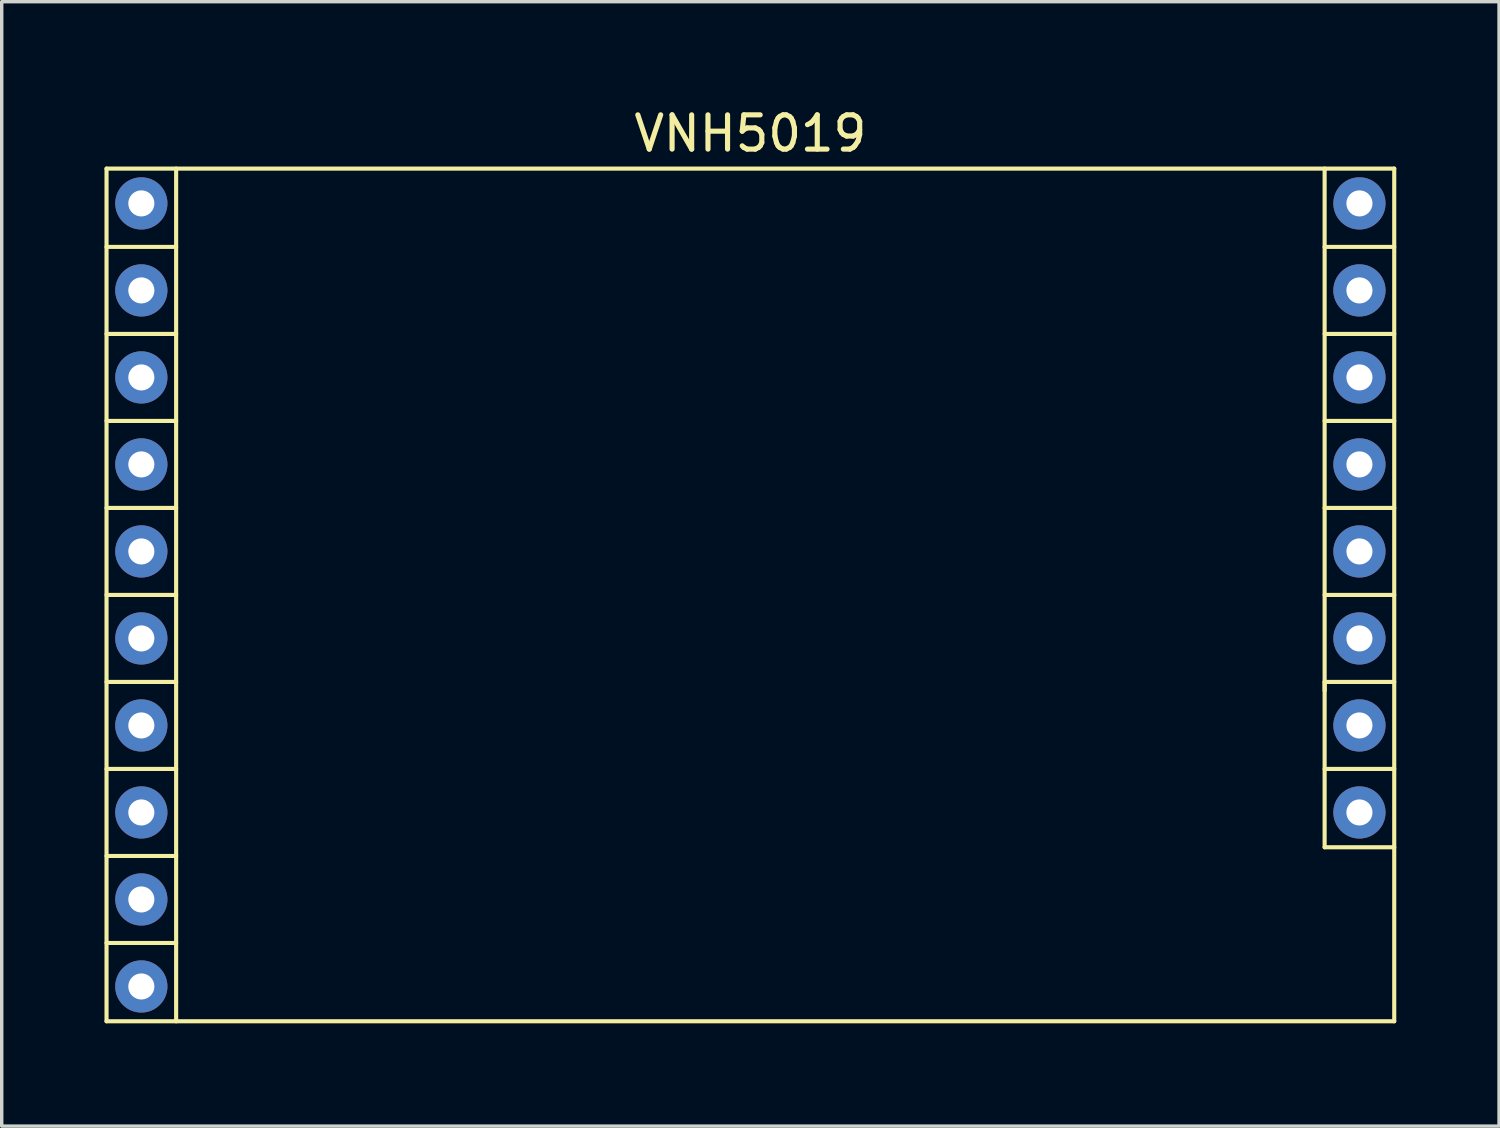
<source format=kicad_pcb>
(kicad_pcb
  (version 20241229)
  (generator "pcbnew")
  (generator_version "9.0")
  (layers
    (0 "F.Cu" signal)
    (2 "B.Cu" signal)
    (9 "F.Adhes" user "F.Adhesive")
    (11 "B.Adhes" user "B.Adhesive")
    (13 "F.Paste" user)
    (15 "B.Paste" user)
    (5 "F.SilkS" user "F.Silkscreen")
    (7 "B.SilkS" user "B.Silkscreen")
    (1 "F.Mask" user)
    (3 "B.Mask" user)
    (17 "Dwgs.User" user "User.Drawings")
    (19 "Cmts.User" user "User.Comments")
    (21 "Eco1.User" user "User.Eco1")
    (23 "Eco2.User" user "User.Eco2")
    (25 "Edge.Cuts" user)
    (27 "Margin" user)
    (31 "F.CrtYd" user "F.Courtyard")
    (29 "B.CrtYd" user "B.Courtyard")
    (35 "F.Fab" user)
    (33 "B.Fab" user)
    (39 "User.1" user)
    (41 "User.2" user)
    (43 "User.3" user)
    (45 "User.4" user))
  (footprint "VNH5019"
    (layer "F.Cu")
    (at 18.856 0.348)
    (property "Reference" "VNH5019" (at 0 0.5 0) (layer "F.SilkS") (effects (font (size 1 1) (thickness 0.15))))
    (attr through_hole)
    (fp_line (start -18.796 1.524) (end -18.796 26.416) (stroke (width 0.12) (type solid)) (layer "F.SilkS"))
    (fp_line (start -18.796 6.35) (end -16.764 6.35) (stroke (width 0.12) (type solid)) (layer "F.SilkS"))
    (fp_line (start -18.796 11.43) (end -16.764 11.43) (stroke (width 0.12) (type solid)) (layer "F.SilkS"))
    (fp_line (start -18.796 16.51) (end -16.764 16.51) (stroke (width 0.12) (type solid)) (layer "F.SilkS"))
    (fp_line (start -18.796 21.59) (end -16.764 21.59) (stroke (width 0.12) (type solid)) (layer "F.SilkS"))
    (fp_line (start -18.796 26.416) (end 18.796 26.416) (stroke (width 0.12) (type solid)) (layer "F.SilkS"))
    (fp_line (start -16.764 3.81) (end -18.796 3.81) (stroke (width 0.12) (type solid)) (layer "F.SilkS"))
    (fp_line (start -16.764 8.89) (end -18.796 8.89) (stroke (width 0.12) (type solid)) (layer "F.SilkS"))
    (fp_line (start -16.764 13.97) (end -18.796 13.97) (stroke (width 0.12) (type solid)) (layer "F.SilkS"))
    (fp_line (start -16.764 19.05) (end -18.796 19.05) (stroke (width 0.12) (type solid)) (layer "F.SilkS"))
    (fp_line (start -16.764 24.13) (end -18.796 24.13) (stroke (width 0.12) (type solid)) (layer "F.SilkS"))
    (fp_line (start -16.764 26.416) (end -16.764 1.524) (stroke (width 0.12) (type solid)) (layer "F.SilkS"))
    (fp_line (start 16.764 1.524) (end 16.764 21.336) (stroke (width 0.12) (type solid)) (layer "F.SilkS"))
    (fp_line (start 16.764 3.81) (end 18.796 3.81) (stroke (width 0.12) (type solid)) (layer "F.SilkS"))
    (fp_line (start 16.764 8.89) (end 18.796 8.89) (stroke (width 0.12) (type solid)) (layer "F.SilkS"))
    (fp_line (start 16.764 16.51) (end 18.796 16.51) (stroke (width 0.12) (type solid)) (layer "F.SilkS"))
    (fp_line (start 16.764 16.764) (end 16.764 16.51) (stroke (width 0.12) (type solid)) (layer "F.SilkS"))
    (fp_line (start 16.764 21.336) (end 18.796 21.336) (stroke (width 0.12) (type solid)) (layer "F.SilkS"))
    (fp_line (start 18.796 1.524) (end -18.796 1.524) (stroke (width 0.12) (type solid)) (layer "F.SilkS"))
    (fp_line (start 18.796 6.35) (end 16.764 6.35) (stroke (width 0.12) (type solid)) (layer "F.SilkS"))
    (fp_line (start 18.796 11.43) (end 16.764 11.43) (stroke (width 0.12) (type solid)) (layer "F.SilkS"))
    (fp_line (start 18.796 13.97) (end 16.764 13.97) (stroke (width 0.12) (type solid)) (layer "F.SilkS"))
    (fp_line (start 18.796 19.05) (end 16.764 19.05) (stroke (width 0.12) (type solid)) (layer "F.SilkS"))
    (fp_line (start 18.796 26.416) (end 18.796 1.524) (stroke (width 0.12) (type solid)) (layer "F.SilkS"))
    (pad "1" thru_hole circle (at -17.78 2.54) (size 1.524 1.524) (drill 0.762) (layers "*.Cu" "*.Mask"))
    (pad "2" thru_hole circle (at -17.78 5.08) (size 1.524 1.524) (drill 0.762) (layers "*.Cu" "*.Mask"))
    (pad "3" thru_hole circle (at -17.78 7.62) (size 1.524 1.524) (drill 0.762) (layers "*.Cu" "*.Mask"))
    (pad "4" thru_hole circle (at -17.78 10.16) (size 1.524 1.524) (drill 0.762) (layers "*.Cu" "*.Mask"))
    (pad "5" thru_hole circle (at -17.78 12.7) (size 1.524 1.524) (drill 0.762) (layers "*.Cu" "*.Mask"))
    (pad "6" thru_hole circle (at -17.78 15.24) (size 1.524 1.524) (drill 0.762) (layers "*.Cu" "*.Mask"))
    (pad "7" thru_hole circle (at -17.78 17.78) (size 1.524 1.524) (drill 0.762) (layers "*.Cu" "*.Mask"))
    (pad "8" thru_hole circle (at -17.78 20.32) (size 1.524 1.524) (drill 0.762) (layers "*.Cu" "*.Mask"))
    (pad "9" thru_hole circle (at -17.78 22.86) (size 1.524 1.524) (drill 0.762) (layers "*.Cu" "*.Mask"))
    (pad "10" thru_hole circle (at -17.78 25.4) (size 1.524 1.524) (drill 0.762) (layers "*.Cu" "*.Mask"))
    (pad "11" thru_hole circle (at 17.78 17.78) (size 1.524 1.524) (drill 0.762) (layers "*.Cu" "*.Mask"))
    (pad "11" thru_hole circle (at 17.78 20.32) (size 1.524 1.524) (drill 0.762) (layers "*.Cu" "*.Mask"))
    (pad "12" thru_hole circle (at 17.78 12.7) (size 1.524 1.524) (drill 0.762) (layers "*.Cu" "*.Mask"))
    (pad "12" thru_hole circle (at 17.78 15.24) (size 1.524 1.524) (drill 0.762) (layers "*.Cu" "*.Mask"))
    (pad "13" thru_hole circle (at 17.78 7.62) (size 1.524 1.524) (drill 0.762) (layers "*.Cu" "*.Mask"))
    (pad "13" thru_hole circle (at 17.78 10.16) (size 1.524 1.524) (drill 0.762) (layers "*.Cu" "*.Mask"))
    (pad "14" thru_hole circle (at 17.78 2.54) (size 1.524 1.524) (drill 0.762) (layers "*.Cu" "*.Mask"))
    (pad "14" thru_hole circle (at 17.78 5.08) (size 1.524 1.524) (drill 0.762) (layers "*.Cu" "*.Mask")))
  (gr_rect
    (start -3 -3)
    (end 40.712 29.824)
    (stroke (width 0.1) (type default))
    (fill no)
    (layer "Edge.Cuts")))
</source>
